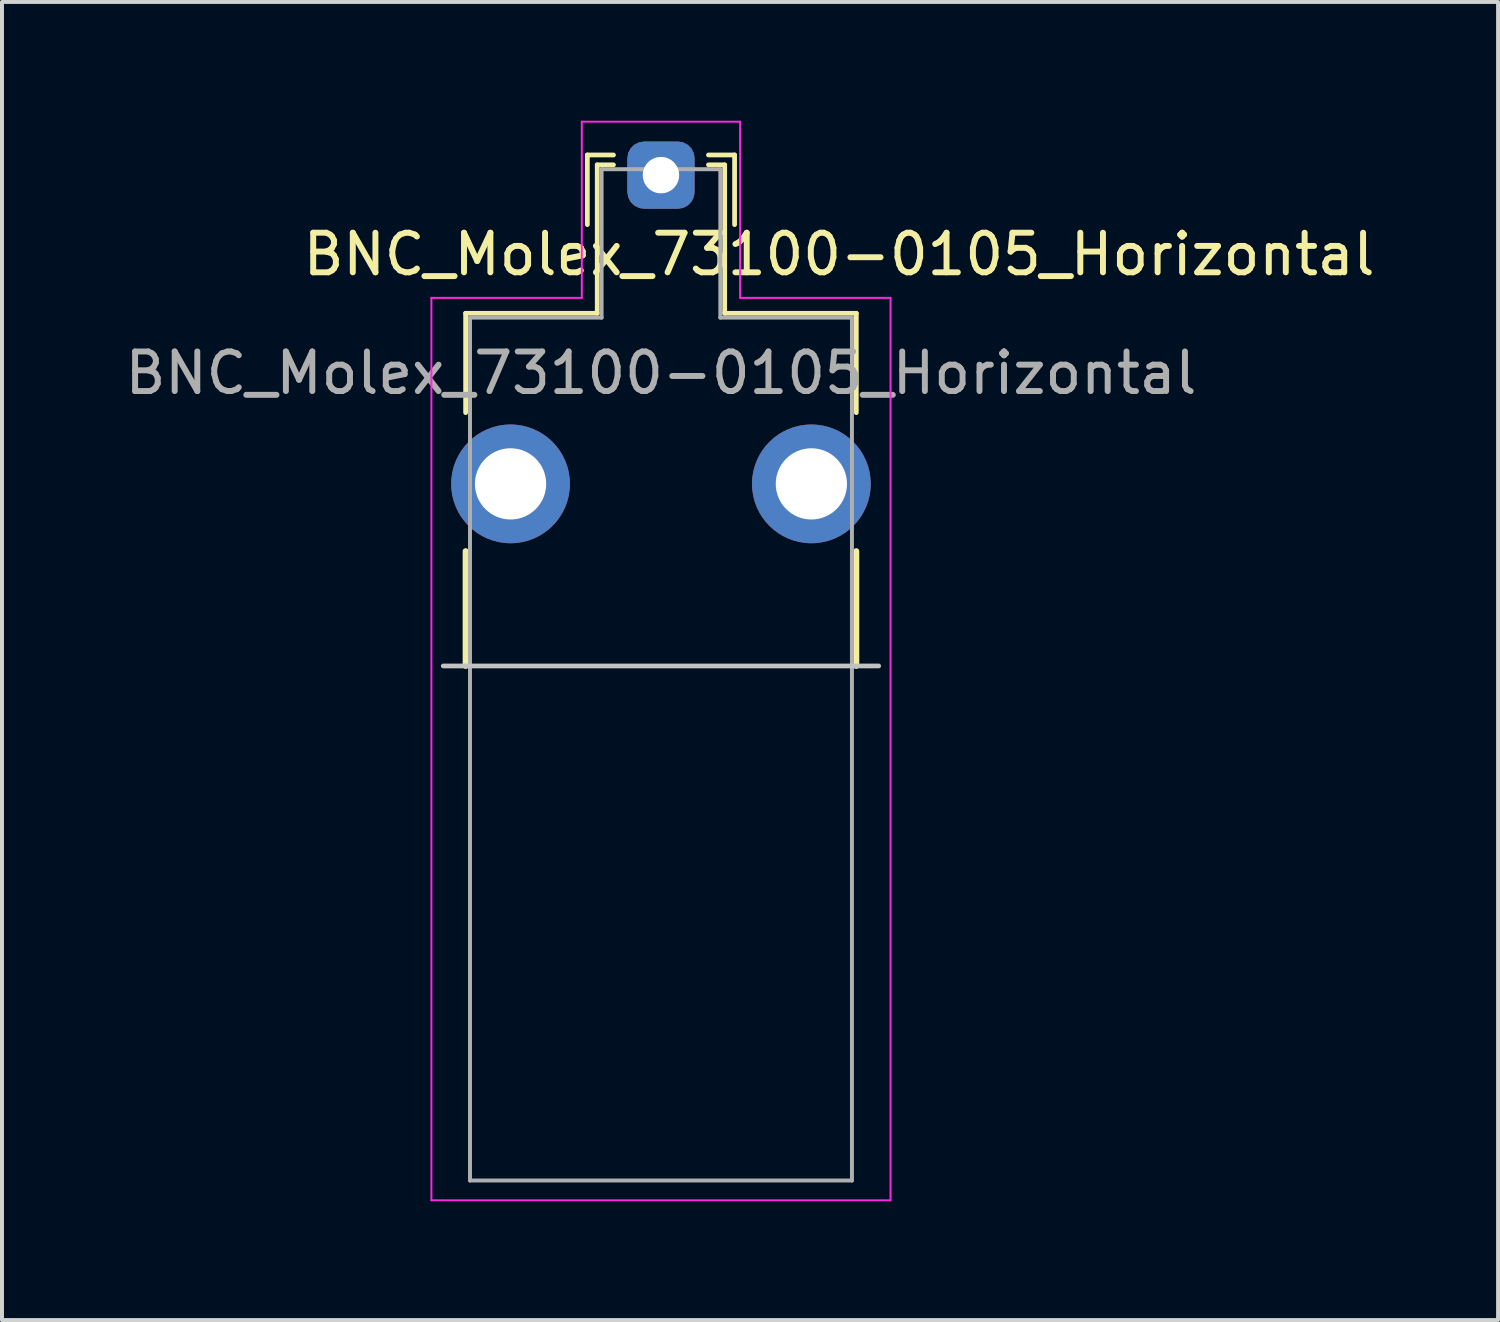
<source format=kicad_pcb>
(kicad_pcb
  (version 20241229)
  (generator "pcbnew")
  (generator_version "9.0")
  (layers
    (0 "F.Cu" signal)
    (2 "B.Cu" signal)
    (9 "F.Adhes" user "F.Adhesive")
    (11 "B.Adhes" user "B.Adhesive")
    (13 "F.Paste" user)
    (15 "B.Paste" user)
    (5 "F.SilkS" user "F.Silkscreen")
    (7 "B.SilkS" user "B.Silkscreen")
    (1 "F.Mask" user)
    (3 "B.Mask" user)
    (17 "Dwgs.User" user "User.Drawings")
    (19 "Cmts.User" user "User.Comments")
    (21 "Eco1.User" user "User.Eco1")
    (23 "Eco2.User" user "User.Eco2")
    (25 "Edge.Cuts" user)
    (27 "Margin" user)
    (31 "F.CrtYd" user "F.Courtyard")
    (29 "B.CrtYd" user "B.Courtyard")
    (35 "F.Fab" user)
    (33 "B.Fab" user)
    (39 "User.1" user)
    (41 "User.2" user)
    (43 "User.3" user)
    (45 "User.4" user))
  (footprint "BNC_Molex_73100-0105_Horizontal"
    (layer "F.Cu")
    (at 13.649 1.375)
    (property "Reference" "BNC_Molex_73100-0105_Horizontal" (at 4.5 2 0) (layer "F.SilkS") (effects (font (size 1 1) (thickness 0.15))))
    (attr through_hole)
    (fp_line (start -4.935 3.49) (end -4.935 6) (stroke (width 0.12) (type solid)) (layer "F.SilkS"))
    (fp_line (start -4.935 9.5) (end -4.935 12.4) (stroke (width 0.15) (type solid)) (layer "F.SilkS"))
    (fp_line (start -1.86 -0.51) (end -1.86 1.25) (stroke (width 0.12) (type solid)) (layer "F.SilkS"))
    (fp_line (start -1.61 -0.26) (end -1.61 3.49) (stroke (width 0.12) (type solid)) (layer "F.SilkS"))
    (fp_line (start -1.61 -0.26) (end -1.2 -0.26) (stroke (width 0.12) (type solid)) (layer "F.SilkS"))
    (fp_line (start -1.61 3.49) (end -4.935 3.49) (stroke (width 0.12) (type solid)) (layer "F.SilkS"))
    (fp_line (start -1.2 -0.51) (end -1.86 -0.51) (stroke (width 0.12) (type solid)) (layer "F.SilkS"))
    (fp_line (start 1.2 -0.51) (end 1.86 -0.51) (stroke (width 0.12) (type solid)) (layer "F.SilkS"))
    (fp_line (start 1.61 -0.26) (end 1.2 -0.26) (stroke (width 0.12) (type solid)) (layer "F.SilkS"))
    (fp_line (start 1.61 3.49) (end 1.61 -0.26) (stroke (width 0.12) (type solid)) (layer "F.SilkS"))
    (fp_line (start 1.86 -0.51) (end 1.86 1.25) (stroke (width 0.12) (type solid)) (layer "F.SilkS"))
    (fp_line (start 4.935 3.49) (end 1.61 3.49) (stroke (width 0.12) (type solid)) (layer "F.SilkS"))
    (fp_line (start 4.935 6) (end 4.935 3.49) (stroke (width 0.12) (type solid)) (layer "F.SilkS"))
    (fp_line (start 4.935 9.5) (end 4.935 12.4) (stroke (width 0.15) (type solid)) (layer "F.SilkS"))
    (fp_line (start 5.5 12.4) (end -5.5 12.4) (stroke (width 0.12) (type solid)) (layer "Dwgs.User"))
    (fp_line (start -5.8 3.1) (end -5.8 25.9) (stroke (width 0.05) (type solid)) (layer "F.CrtYd"))
    (fp_line (start -5.8 3.1) (end -2 3.1) (stroke (width 0.05) (type solid)) (layer "F.CrtYd"))
    (fp_line (start -5.8 25.9) (end 5.8 25.9) (stroke (width 0.05) (type solid)) (layer "F.CrtYd"))
    (fp_line (start -2 -1.35) (end 2 -1.35) (stroke (width 0.05) (type solid)) (layer "F.CrtYd"))
    (fp_line (start -2 3.1) (end -2 -1.35) (stroke (width 0.05) (type solid)) (layer "F.CrtYd"))
    (fp_line (start 2 -1.35) (end 2 3.1) (stroke (width 0.05) (type solid)) (layer "F.CrtYd"))
    (fp_line (start 2 3.1) (end 5.8 3.1) (stroke (width 0.05) (type solid)) (layer "F.CrtYd"))
    (fp_line (start 5.8 25.9) (end 5.8 3.1) (stroke (width 0.05) (type solid)) (layer "F.CrtYd"))
    (fp_line (start -4.825 3.6) (end -4.825 25.4) (stroke (width 0.1) (type solid)) (layer "F.Fab"))
    (fp_line (start -4.825 12.4) (end 4.825 12.4) (stroke (width 0.1) (type solid)) (layer "F.Fab"))
    (fp_line (start -4.825 25.4) (end 4.825 25.4) (stroke (width 0.1) (type solid)) (layer "F.Fab"))
    (fp_line (start -1.5 -0.15) (end -1.5 3.6) (stroke (width 0.1) (type solid)) (layer "F.Fab"))
    (fp_line (start -1.5 -0.15) (end 1.5 -0.15) (stroke (width 0.1) (type solid)) (layer "F.Fab"))
    (fp_line (start -1.5 3.6) (end -4.825 3.6) (stroke (width 0.1) (type solid)) (layer "F.Fab"))
    (fp_line (start 1.5 3.6) (end 1.5 -0.15) (stroke (width 0.1) (type solid)) (layer "F.Fab"))
    (fp_line (start 4.825 3.6) (end 1.5 3.6) (stroke (width 0.1) (type solid)) (layer "F.Fab"))
    (fp_line (start 4.825 25.4) (end 4.825 3.6) (stroke (width 0.1) (type solid)) (layer "F.Fab"))
    (fp_text user "${REFERENCE}" (at 0 5 0) (layer "F.Fab") (effects (font (size 1 1) (thickness 0.15))))
    (pad "1" thru_hole roundrect (at 0 0) (size 1.7 1.7) (drill 0.92) (layers "*.Cu" "*.Mask") (roundrect_rratio 0.25))
    (pad "2" thru_hole circle (at -3.8 7.8) (size 3 3) (drill 1.8) (layers "*.Cu" "*.Mask"))
    (pad "2" thru_hole circle (at 3.8 7.8) (size 3 3) (drill 1.8) (layers "*.Cu" "*.Mask")))
  (gr_rect
    (start -3 -3)
    (end 34.798 30.3)
    (stroke (width 0.1) (type default))
    (fill no)
    (layer "Edge.Cuts")))
</source>
